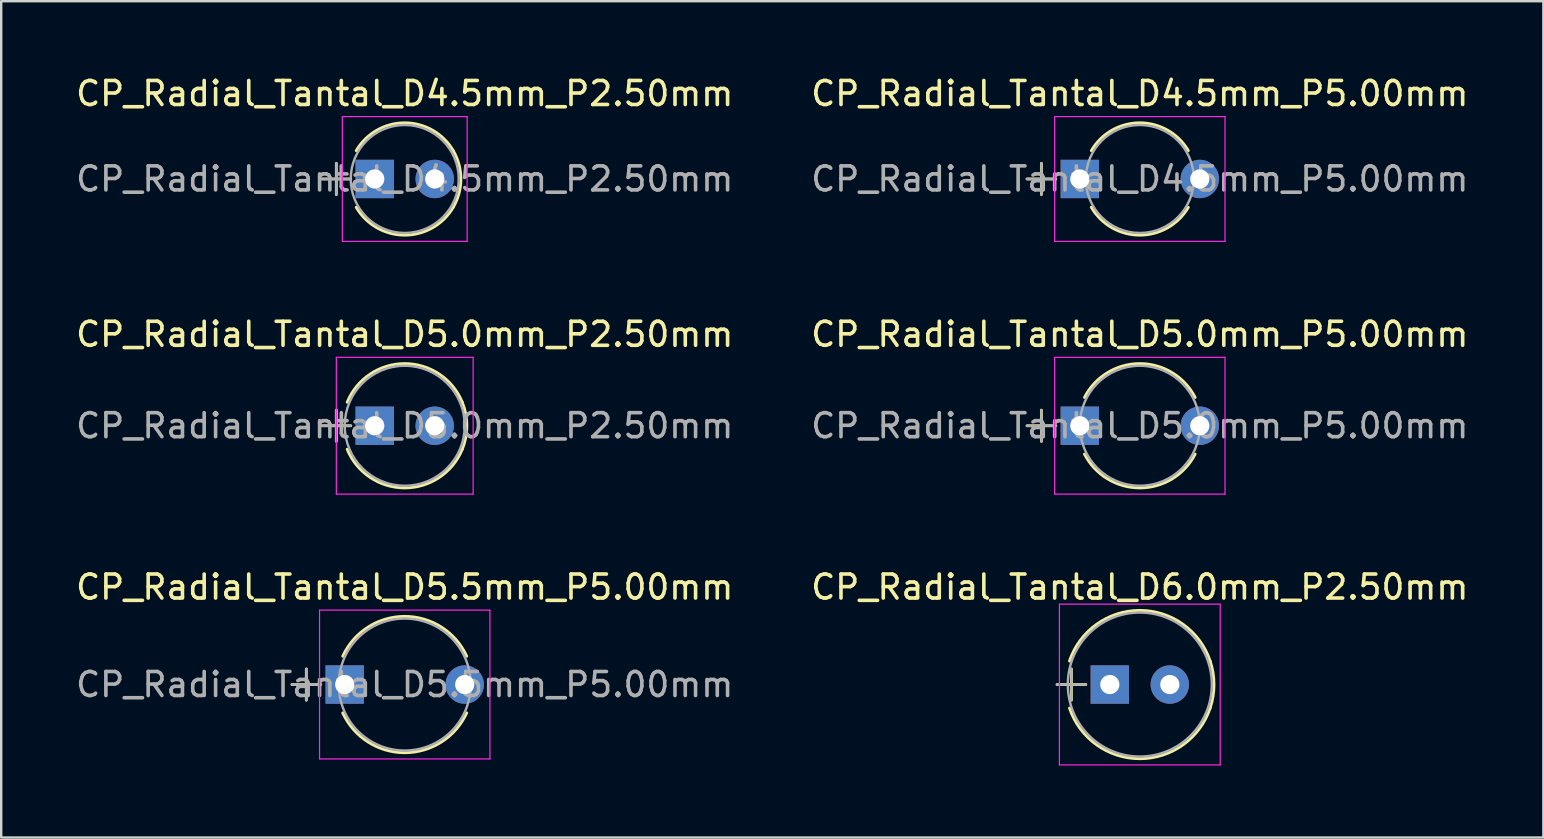
<source format=kicad_pcb>
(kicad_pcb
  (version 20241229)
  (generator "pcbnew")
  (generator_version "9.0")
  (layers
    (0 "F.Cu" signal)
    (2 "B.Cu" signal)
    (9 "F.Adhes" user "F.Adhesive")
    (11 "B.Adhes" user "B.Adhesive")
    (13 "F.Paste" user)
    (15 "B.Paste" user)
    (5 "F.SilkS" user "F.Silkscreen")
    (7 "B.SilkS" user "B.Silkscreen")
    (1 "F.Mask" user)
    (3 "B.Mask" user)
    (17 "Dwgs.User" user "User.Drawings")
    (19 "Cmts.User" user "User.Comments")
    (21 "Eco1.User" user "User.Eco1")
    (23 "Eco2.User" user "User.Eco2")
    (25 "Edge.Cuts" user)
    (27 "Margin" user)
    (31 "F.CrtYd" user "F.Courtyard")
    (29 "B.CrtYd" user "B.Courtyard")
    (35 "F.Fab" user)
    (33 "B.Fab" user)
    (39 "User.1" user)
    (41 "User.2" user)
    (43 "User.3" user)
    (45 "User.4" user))
  (footprint "CP_Radial_Tantal_D6.0mm_P2.50mm"
    (layer "F.Cu")
    (at 43.196 25.475)
    (property "Reference" "CP_Radial_Tantal_D6.0mm_P2.50mm" (at 1.25 -4.06 0) (layer "F.SilkS") (effects (font (size 1 1) (thickness 0.15))))
    (attr through_hole)
    (fp_line (start -2.2 0) (end -1 0) (stroke (width 0.12) (type solid)) (layer "F.SilkS"))
    (fp_line (start -1.6 -0.65) (end -1.6 0.65) (stroke (width 0.12) (type solid)) (layer "F.SilkS"))
    (fp_arc (start -1.680478 -0.98) (mid 1.249503 -3.09) (end 4.180163 -0.980943) (stroke (width 0.12) (type solid)) (layer "F.SilkS"))
    (fp_arc (start 4.180163 0.980943) (mid 1.249503 3.090001) (end -1.680478 0.98) (stroke (width 0.12) (type solid)) (layer "F.SilkS"))
    (fp_arc (start 4.180478 -0.98) (mid 4.34 0.000497) (end 4.180163 0.980943) (stroke (width 0.12) (type solid)) (layer "F.SilkS"))
    (fp_line (start -2.1 -3.35) (end -2.1 3.35) (stroke (width 0.05) (type solid)) (layer "F.CrtYd"))
    (fp_line (start -2.1 3.35) (end 4.6 3.35) (stroke (width 0.05) (type solid)) (layer "F.CrtYd"))
    (fp_line (start 4.6 -3.35) (end -2.1 -3.35) (stroke (width 0.05) (type solid)) (layer "F.CrtYd"))
    (fp_line (start 4.6 3.35) (end 4.6 -3.35) (stroke (width 0.05) (type solid)) (layer "F.CrtYd"))
    (fp_line (start -2.2 0) (end -1 0) (stroke (width 0.1) (type solid)) (layer "F.Fab"))
    (fp_line (start -1.6 -0.65) (end -1.6 0.65) (stroke (width 0.1) (type solid)) (layer "F.Fab"))
    (fp_circle (center 1.25 0) (end 4.25 0) (stroke (width 0.1) (type solid)) (fill no) (layer "F.Fab"))
    (pad "1" thru_hole rect (at 0 0) (size 1.6 1.6) (drill 0.8) (layers "*.Cu" "*.Mask"))
    (pad "2" thru_hole circle (at 2.5 0) (size 1.6 1.6) (drill 0.8) (layers "*.Cu" "*.Mask")))
  (footprint "CP_Radial_Tantal_D5.0mm_P2.50mm"
    (layer "F.Cu")
    (at 12.565 14.691)
    (property "Reference" "CP_Radial_Tantal_D5.0mm_P2.50mm" (at 1.25 -3.81 0) (layer "F.SilkS") (effects (font (size 1 1) (thickness 0.15))))
    (attr through_hole)
    (fp_line (start -2.2 0) (end -1 0) (stroke (width 0.12) (type solid)) (layer "F.SilkS"))
    (fp_line (start -1.6 -0.65) (end -1.6 0.65) (stroke (width 0.12) (type solid)) (layer "F.SilkS"))
    (fp_arc (start -1.147436 -0.98) (mid 1.249244 -2.59) (end 3.646863 -0.9814) (stroke (width 0.12) (type solid)) (layer "F.SilkS"))
    (fp_arc (start 3.646863 0.9814) (mid 1.249244 2.59) (end -1.147436 0.98) (stroke (width 0.12) (type solid)) (layer "F.SilkS"))
    (fp_arc (start 3.647436 -0.98) (mid 3.84 0.000756) (end 3.646863 0.9814) (stroke (width 0.12) (type solid)) (layer "F.SilkS"))
    (fp_line (start -1.6 -2.85) (end -1.6 2.85) (stroke (width 0.05) (type solid)) (layer "F.CrtYd"))
    (fp_line (start -1.6 2.85) (end 4.1 2.85) (stroke (width 0.05) (type solid)) (layer "F.CrtYd"))
    (fp_line (start 4.1 -2.85) (end -1.6 -2.85) (stroke (width 0.05) (type solid)) (layer "F.CrtYd"))
    (fp_line (start 4.1 2.85) (end 4.1 -2.85) (stroke (width 0.05) (type solid)) (layer "F.CrtYd"))
    (fp_line (start -2.2 0) (end -1 0) (stroke (width 0.1) (type solid)) (layer "F.Fab"))
    (fp_line (start -1.6 -0.65) (end -1.6 0.65) (stroke (width 0.1) (type solid)) (layer "F.Fab"))
    (fp_circle (center 1.25 0) (end 3.75 0) (stroke (width 0.1) (type solid)) (fill no) (layer "F.Fab"))
    (fp_text user "${REFERENCE}" (at 1.25 0 0) (layer "F.Fab") (effects (font (size 1 1) (thickness 0.15))))
    (pad "1" thru_hole rect (at 0 0) (size 1.6 1.6) (drill 0.8) (layers "*.Cu" "*.Mask"))
    (pad "2" thru_hole circle (at 2.5 0) (size 1.6 1.6) (drill 0.8) (layers "*.Cu" "*.Mask")))
  (footprint "CP_Radial_Tantal_D5.5mm_P5.00mm"
    (layer "F.Cu")
    (at 11.315 25.475)
    (property "Reference" "CP_Radial_Tantal_D5.5mm_P5.00mm" (at 2.5 -4.06 0) (layer "F.SilkS") (effects (font (size 1 1) (thickness 0.15))))
    (attr through_hole)
    (fp_line (start -2.2 0) (end -1 0) (stroke (width 0.12) (type solid)) (layer "F.SilkS"))
    (fp_line (start -1.6 -0.65) (end -1.6 0.65) (stroke (width 0.12) (type solid)) (layer "F.SilkS"))
    (fp_arc (start -0.083254 -1.18) (mid 2.500018 -2.84) (end 5.083269 -1.179967) (stroke (width 0.12) (type solid)) (layer "F.SilkS"))
    (fp_arc (start 5.083269 1.179967) (mid 2.500018 2.84) (end -0.083254 1.18) (stroke (width 0.12) (type solid)) (layer "F.SilkS"))
    (fp_line (start -1.05 -3.1) (end -1.05 3.1) (stroke (width 0.05) (type solid)) (layer "F.CrtYd"))
    (fp_line (start -1.05 3.1) (end 6.05 3.1) (stroke (width 0.05) (type solid)) (layer "F.CrtYd"))
    (fp_line (start 6.05 -3.1) (end -1.05 -3.1) (stroke (width 0.05) (type solid)) (layer "F.CrtYd"))
    (fp_line (start 6.05 3.1) (end 6.05 -3.1) (stroke (width 0.05) (type solid)) (layer "F.CrtYd"))
    (fp_line (start -2.2 0) (end -1 0) (stroke (width 0.1) (type solid)) (layer "F.Fab"))
    (fp_line (start -1.6 -0.65) (end -1.6 0.65) (stroke (width 0.1) (type solid)) (layer "F.Fab"))
    (fp_circle (center 2.5 0) (end 5.25 0) (stroke (width 0.1) (type solid)) (fill no) (layer "F.Fab"))
    (fp_text user "${REFERENCE}" (at 2.5 0 0) (layer "F.Fab") (effects (font (size 1 1) (thickness 0.15))))
    (pad "1" thru_hole rect (at 0 0) (size 1.6 1.6) (drill 0.8) (layers "*.Cu" "*.Mask"))
    (pad "2" thru_hole circle (at 5 0) (size 1.6 1.6) (drill 0.8) (layers "*.Cu" "*.Mask")))
  (footprint "CP_Radial_Tantal_D4.5mm_P2.50mm"
    (layer "F.Cu")
    (at 12.565 4.408)
    (property "Reference" "CP_Radial_Tantal_D4.5mm_P2.50mm" (at 1.25 -3.56 0) (layer "F.SilkS") (effects (font (size 1 1) (thickness 0.15))))
    (attr through_hole)
    (fp_line (start -2.2 0) (end -1 0) (stroke (width 0.12) (type solid)) (layer "F.SilkS"))
    (fp_line (start -1.6 -0.65) (end -1.6 0.65) (stroke (width 0.12) (type solid)) (layer "F.SilkS"))
    (fp_arc (start -0.770693 -1.18) (mid 1.249311 -2.34) (end 3.269998 -1.181189) (stroke (width 0.12) (type solid)) (layer "F.SilkS"))
    (fp_arc (start 3.269998 1.181189) (mid 1.249311 2.34) (end -0.770693 1.18) (stroke (width 0.12) (type solid)) (layer "F.SilkS"))
    (fp_arc (start 3.270693 -1.18) (mid 3.59 0.000689) (end 3.269998 1.181189) (stroke (width 0.12) (type solid)) (layer "F.SilkS"))
    (fp_line (start -1.35 -2.6) (end -1.35 2.6) (stroke (width 0.05) (type solid)) (layer "F.CrtYd"))
    (fp_line (start -1.35 2.6) (end 3.85 2.6) (stroke (width 0.05) (type solid)) (layer "F.CrtYd"))
    (fp_line (start 3.85 -2.6) (end -1.35 -2.6) (stroke (width 0.05) (type solid)) (layer "F.CrtYd"))
    (fp_line (start 3.85 2.6) (end 3.85 -2.6) (stroke (width 0.05) (type solid)) (layer "F.CrtYd"))
    (fp_line (start -2.2 0) (end -1 0) (stroke (width 0.1) (type solid)) (layer "F.Fab"))
    (fp_line (start -1.6 -0.65) (end -1.6 0.65) (stroke (width 0.1) (type solid)) (layer "F.Fab"))
    (fp_circle (center 1.25 0) (end 3.5 0) (stroke (width 0.1) (type solid)) (fill no) (layer "F.Fab"))
    (fp_text user "${REFERENCE}" (at 1.25 0 0) (layer "F.Fab") (effects (font (size 1 1) (thickness 0.15))))
    (pad "1" thru_hole rect (at 0 0) (size 1.6 1.6) (drill 0.8) (layers "*.Cu" "*.Mask"))
    (pad "2" thru_hole circle (at 2.5 0) (size 1.6 1.6) (drill 0.8) (layers "*.Cu" "*.Mask")))
  (footprint "CP_Radial_Tantal_D4.5mm_P5.00mm"
    (layer "F.Cu")
    (at 41.946 4.408)
    (property "Reference" "CP_Radial_Tantal_D4.5mm_P5.00mm" (at 2.5 -3.56 0) (layer "F.SilkS") (effects (font (size 1 1) (thickness 0.15))))
    (attr through_hole)
    (fp_line (start -2.2 0) (end -1 0) (stroke (width 0.12) (type solid)) (layer "F.SilkS"))
    (fp_line (start -1.6 -0.65) (end -1.6 0.65) (stroke (width 0.12) (type solid)) (layer "F.SilkS"))
    (fp_arc (start 0.479307 -1.18) (mid 2.499311 -2.34) (end 4.519998 -1.181189) (stroke (width 0.12) (type solid)) (layer "F.SilkS"))
    (fp_arc (start 4.519998 1.181189) (mid 2.499311 2.34) (end 0.479307 1.18) (stroke (width 0.12) (type solid)) (layer "F.SilkS"))
    (fp_line (start -1.05 -2.6) (end -1.05 2.6) (stroke (width 0.05) (type solid)) (layer "F.CrtYd"))
    (fp_line (start -1.05 2.6) (end 6.05 2.6) (stroke (width 0.05) (type solid)) (layer "F.CrtYd"))
    (fp_line (start 6.05 -2.6) (end -1.05 -2.6) (stroke (width 0.05) (type solid)) (layer "F.CrtYd"))
    (fp_line (start 6.05 2.6) (end 6.05 -2.6) (stroke (width 0.05) (type solid)) (layer "F.CrtYd"))
    (fp_line (start -2.2 0) (end -1 0) (stroke (width 0.1) (type solid)) (layer "F.Fab"))
    (fp_line (start -1.6 -0.65) (end -1.6 0.65) (stroke (width 0.1) (type solid)) (layer "F.Fab"))
    (fp_circle (center 2.5 0) (end 4.75 0) (stroke (width 0.1) (type solid)) (fill no) (layer "F.Fab"))
    (fp_text user "${REFERENCE}" (at 2.5 0 0) (layer "F.Fab") (effects (font (size 1 1) (thickness 0.15))))
    (pad "1" thru_hole rect (at 0 0) (size 1.6 1.6) (drill 0.8) (layers "*.Cu" "*.Mask"))
    (pad "2" thru_hole circle (at 5 0) (size 1.6 1.6) (drill 0.8) (layers "*.Cu" "*.Mask")))
  (footprint "CP_Radial_Tantal_D5.0mm_P5.00mm"
    (layer "F.Cu")
    (at 41.946 14.691)
    (property "Reference" "CP_Radial_Tantal_D5.0mm_P5.00mm" (at 2.5 -3.81 0) (layer "F.SilkS") (effects (font (size 1 1) (thickness 0.15))))
    (attr through_hole)
    (fp_line (start -2.2 0) (end -1 0) (stroke (width 0.12) (type solid)) (layer "F.SilkS"))
    (fp_line (start -1.6 -0.65) (end -1.6 0.65) (stroke (width 0.12) (type solid)) (layer "F.SilkS"))
    (fp_arc (start 0.19442 -1.18) (mid 2.500156 -2.59) (end 4.805722 -1.179722) (stroke (width 0.12) (type solid)) (layer "F.SilkS"))
    (fp_arc (start 4.805722 1.179722) (mid 2.500156 2.59) (end 0.19442 1.18) (stroke (width 0.12) (type solid)) (layer "F.SilkS"))
    (fp_line (start -1.05 -2.85) (end -1.05 2.85) (stroke (width 0.05) (type solid)) (layer "F.CrtYd"))
    (fp_line (start -1.05 2.85) (end 6.05 2.85) (stroke (width 0.05) (type solid)) (layer "F.CrtYd"))
    (fp_line (start 6.05 -2.85) (end -1.05 -2.85) (stroke (width 0.05) (type solid)) (layer "F.CrtYd"))
    (fp_line (start 6.05 2.85) (end 6.05 -2.85) (stroke (width 0.05) (type solid)) (layer "F.CrtYd"))
    (fp_line (start -2.2 0) (end -1 0) (stroke (width 0.1) (type solid)) (layer "F.Fab"))
    (fp_line (start -1.6 -0.65) (end -1.6 0.65) (stroke (width 0.1) (type solid)) (layer "F.Fab"))
    (fp_circle (center 2.5 0) (end 5 0) (stroke (width 0.1) (type solid)) (fill no) (layer "F.Fab"))
    (fp_text user "${REFERENCE}" (at 2.5 0 0) (layer "F.Fab") (effects (font (size 1 1) (thickness 0.15))))
    (pad "1" thru_hole rect (at 0 0) (size 1.6 1.6) (drill 0.8) (layers "*.Cu" "*.Mask"))
    (pad "2" thru_hole circle (at 5 0) (size 1.6 1.6) (drill 0.8) (layers "*.Cu" "*.Mask")))
  (gr_rect
    (start -3 -3)
    (end 61.262 31.85)
    (stroke (width 0.1) (type default))
    (fill no)
    (layer "Edge.Cuts")))
</source>
